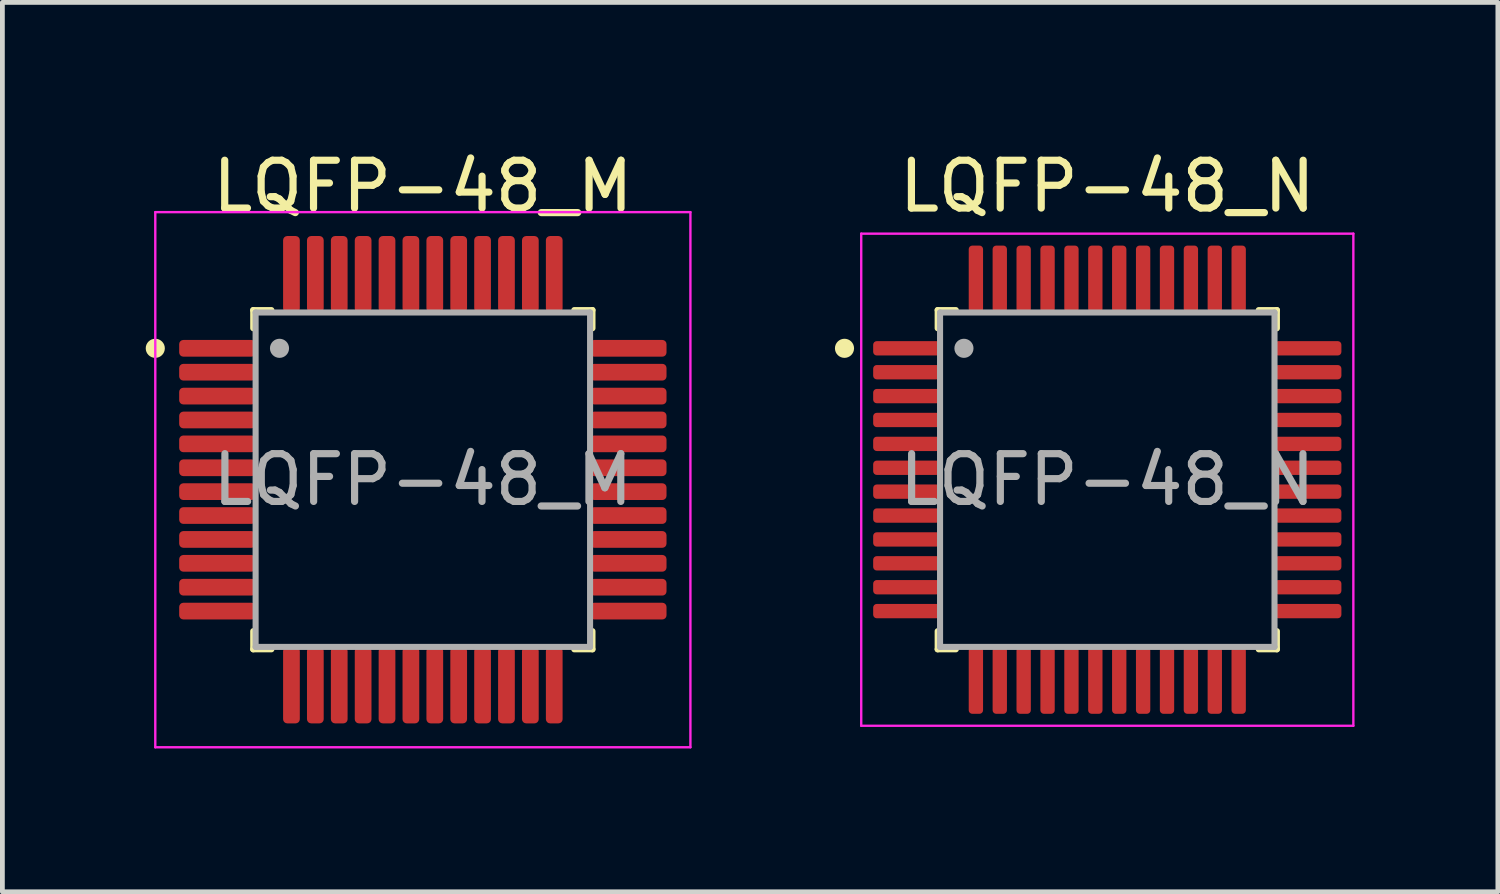
<source format=kicad_pcb>
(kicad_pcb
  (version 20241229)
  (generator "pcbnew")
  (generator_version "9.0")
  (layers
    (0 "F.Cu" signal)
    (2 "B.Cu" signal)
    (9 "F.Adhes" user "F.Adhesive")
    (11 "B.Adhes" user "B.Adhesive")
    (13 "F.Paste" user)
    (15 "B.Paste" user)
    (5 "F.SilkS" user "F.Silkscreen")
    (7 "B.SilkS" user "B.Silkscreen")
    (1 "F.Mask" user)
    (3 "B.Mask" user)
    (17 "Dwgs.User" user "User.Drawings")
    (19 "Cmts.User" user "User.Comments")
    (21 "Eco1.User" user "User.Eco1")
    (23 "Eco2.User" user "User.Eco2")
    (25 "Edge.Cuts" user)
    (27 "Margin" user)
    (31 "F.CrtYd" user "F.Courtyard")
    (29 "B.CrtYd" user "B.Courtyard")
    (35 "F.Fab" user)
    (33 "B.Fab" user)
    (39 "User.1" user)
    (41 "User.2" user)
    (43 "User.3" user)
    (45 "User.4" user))
  (footprint "LQFP-48_N"
    (layer "F.Cu")
    (at 20.125 6.99)
    (property "Reference" "LQFP-48_N" (at 0 -6.141 0) (layer "F.SilkS") (effects (font (size 1.001 1.001) (thickness 0.15))))
    (attr smd)
    (fp_line (start -3.55 -3.55) (end -3.17 -3.55) (stroke (width 0.127) (type solid)) (layer "F.SilkS"))
    (fp_line (start -3.55 -3.17) (end -3.55 -3.55) (stroke (width 0.127) (type solid)) (layer "F.SilkS"))
    (fp_line (start -3.55 3.17) (end -3.55 3.55) (stroke (width 0.127) (type solid)) (layer "F.SilkS"))
    (fp_line (start -3.55 3.55) (end -3.17 3.55) (stroke (width 0.127) (type solid)) (layer "F.SilkS"))
    (fp_line (start 3.17 -3.55) (end 3.55 -3.55) (stroke (width 0.127) (type solid)) (layer "F.SilkS"))
    (fp_line (start 3.17 3.55) (end 3.55 3.55) (stroke (width 0.127) (type solid)) (layer "F.SilkS"))
    (fp_line (start 3.55 -3.55) (end 3.55 -3.17) (stroke (width 0.127) (type solid)) (layer "F.SilkS"))
    (fp_line (start 3.55 3.55) (end 3.55 3.17) (stroke (width 0.127) (type solid)) (layer "F.SilkS"))
    (fp_circle (center -5.5 -2.75) (end -5.4 -2.75) (stroke (width 0.2) (type solid)) (fill no) (layer "F.SilkS"))
    (fp_line (start -5.15 -5.15) (end 5.15 -5.15) (stroke (width 0.05) (type solid)) (layer "F.CrtYd"))
    (fp_line (start -5.15 5.15) (end -5.15 -5.15) (stroke (width 0.05) (type solid)) (layer "F.CrtYd"))
    (fp_line (start 5.15 -5.15) (end 5.15 5.15) (stroke (width 0.05) (type solid)) (layer "F.CrtYd"))
    (fp_line (start 5.15 5.15) (end -5.15 5.15) (stroke (width 0.05) (type solid)) (layer "F.CrtYd"))
    (fp_line (start -3.5 -3.5) (end 3.5 -3.5) (stroke (width 0.127) (type solid)) (layer "F.Fab"))
    (fp_line (start -3.5 3.5) (end -3.5 -3.5) (stroke (width 0.127) (type solid)) (layer "F.Fab"))
    (fp_line (start 3.5 -3.5) (end 3.5 3.5) (stroke (width 0.127) (type solid)) (layer "F.Fab"))
    (fp_line (start 3.5 3.5) (end -3.5 3.5) (stroke (width 0.127) (type solid)) (layer "F.Fab"))
    (fp_circle (center -3 -2.75) (end -2.9 -2.75) (stroke (width 0.2) (type solid)) (fill no) (layer "F.Fab"))
    (fp_text user "${REFERENCE}" (at 0 0 0) (unlocked yes) (layer "F.Fab") (effects (font (size 1 1) (thickness 0.15))))
    (pad "1" smd roundrect (at -4.2 -2.75) (size 1.4 0.3) (layers "F.Cu" "F.Mask" "F.Paste") (roundrect_rratio 0.25))
    (pad "2" smd roundrect (at -4.2 -2.25) (size 1.4 0.3) (layers "F.Cu" "F.Mask" "F.Paste") (roundrect_rratio 0.25))
    (pad "3" smd roundrect (at -4.2 -1.75) (size 1.4 0.3) (layers "F.Cu" "F.Mask" "F.Paste") (roundrect_rratio 0.25))
    (pad "4" smd roundrect (at -4.2 -1.25) (size 1.4 0.3) (layers "F.Cu" "F.Mask" "F.Paste") (roundrect_rratio 0.25))
    (pad "5" smd roundrect (at -4.2 -0.75) (size 1.4 0.3) (layers "F.Cu" "F.Mask" "F.Paste") (roundrect_rratio 0.25))
    (pad "6" smd roundrect (at -4.2 -0.25) (size 1.4 0.3) (layers "F.Cu" "F.Mask" "F.Paste") (roundrect_rratio 0.25))
    (pad "7" smd roundrect (at -4.2 0.25) (size 1.4 0.3) (layers "F.Cu" "F.Mask" "F.Paste") (roundrect_rratio 0.25))
    (pad "8" smd roundrect (at -4.2 0.75) (size 1.4 0.3) (layers "F.Cu" "F.Mask" "F.Paste") (roundrect_rratio 0.25))
    (pad "9" smd roundrect (at -4.2 1.25) (size 1.4 0.3) (layers "F.Cu" "F.Mask" "F.Paste") (roundrect_rratio 0.25))
    (pad "10" smd roundrect (at -4.2 1.75) (size 1.4 0.3) (layers "F.Cu" "F.Mask" "F.Paste") (roundrect_rratio 0.25))
    (pad "11" smd roundrect (at -4.2 2.25) (size 1.4 0.3) (layers "F.Cu" "F.Mask" "F.Paste") (roundrect_rratio 0.25))
    (pad "12" smd roundrect (at -4.2 2.75) (size 1.4 0.3) (layers "F.Cu" "F.Mask" "F.Paste") (roundrect_rratio 0.25))
    (pad "13" smd roundrect (at -2.75 4.2) (size 0.3 1.4) (layers "F.Cu" "F.Mask" "F.Paste") (roundrect_rratio 0.25))
    (pad "14" smd roundrect (at -2.25 4.2) (size 0.3 1.4) (layers "F.Cu" "F.Mask" "F.Paste") (roundrect_rratio 0.25))
    (pad "15" smd roundrect (at -1.75 4.2) (size 0.3 1.4) (layers "F.Cu" "F.Mask" "F.Paste") (roundrect_rratio 0.25))
    (pad "16" smd roundrect (at -1.25 4.2) (size 0.3 1.4) (layers "F.Cu" "F.Mask" "F.Paste") (roundrect_rratio 0.25))
    (pad "17" smd roundrect (at -0.75 4.2) (size 0.3 1.4) (layers "F.Cu" "F.Mask" "F.Paste") (roundrect_rratio 0.25))
    (pad "18" smd roundrect (at -0.25 4.2) (size 0.3 1.4) (layers "F.Cu" "F.Mask" "F.Paste") (roundrect_rratio 0.25))
    (pad "19" smd roundrect (at 0.25 4.2) (size 0.3 1.4) (layers "F.Cu" "F.Mask" "F.Paste") (roundrect_rratio 0.25))
    (pad "20" smd roundrect (at 0.75 4.2) (size 0.3 1.4) (layers "F.Cu" "F.Mask" "F.Paste") (roundrect_rratio 0.25))
    (pad "21" smd roundrect (at 1.25 4.2) (size 0.3 1.4) (layers "F.Cu" "F.Mask" "F.Paste") (roundrect_rratio 0.25))
    (pad "22" smd roundrect (at 1.75 4.2) (size 0.3 1.4) (layers "F.Cu" "F.Mask" "F.Paste") (roundrect_rratio 0.25))
    (pad "23" smd roundrect (at 2.25 4.2) (size 0.3 1.4) (layers "F.Cu" "F.Mask" "F.Paste") (roundrect_rratio 0.25))
    (pad "24" smd roundrect (at 2.75 4.2) (size 0.3 1.4) (layers "F.Cu" "F.Mask" "F.Paste") (roundrect_rratio 0.25))
    (pad "25" smd roundrect (at 4.2 2.75) (size 1.4 0.3) (layers "F.Cu" "F.Mask" "F.Paste") (roundrect_rratio 0.25))
    (pad "26" smd roundrect (at 4.2 2.25) (size 1.4 0.3) (layers "F.Cu" "F.Mask" "F.Paste") (roundrect_rratio 0.25))
    (pad "27" smd roundrect (at 4.2 1.75) (size 1.4 0.3) (layers "F.Cu" "F.Mask" "F.Paste") (roundrect_rratio 0.25))
    (pad "28" smd roundrect (at 4.2 1.25) (size 1.4 0.3) (layers "F.Cu" "F.Mask" "F.Paste") (roundrect_rratio 0.25))
    (pad "29" smd roundrect (at 4.2 0.75) (size 1.4 0.3) (layers "F.Cu" "F.Mask" "F.Paste") (roundrect_rratio 0.25))
    (pad "30" smd roundrect (at 4.2 0.25) (size 1.4 0.3) (layers "F.Cu" "F.Mask" "F.Paste") (roundrect_rratio 0.25))
    (pad "31" smd roundrect (at 4.2 -0.25) (size 1.4 0.3) (layers "F.Cu" "F.Mask" "F.Paste") (roundrect_rratio 0.25))
    (pad "32" smd roundrect (at 4.2 -0.75) (size 1.4 0.3) (layers "F.Cu" "F.Mask" "F.Paste") (roundrect_rratio 0.25))
    (pad "33" smd roundrect (at 4.2 -1.25) (size 1.4 0.3) (layers "F.Cu" "F.Mask" "F.Paste") (roundrect_rratio 0.25))
    (pad "34" smd roundrect (at 4.2 -1.75) (size 1.4 0.3) (layers "F.Cu" "F.Mask" "F.Paste") (roundrect_rratio 0.25))
    (pad "35" smd roundrect (at 4.2 -2.25) (size 1.4 0.3) (layers "F.Cu" "F.Mask" "F.Paste") (roundrect_rratio 0.25))
    (pad "36" smd roundrect (at 4.2 -2.75) (size 1.4 0.3) (layers "F.Cu" "F.Mask" "F.Paste") (roundrect_rratio 0.25))
    (pad "37" smd roundrect (at 2.75 -4.2) (size 0.3 1.4) (layers "F.Cu" "F.Mask" "F.Paste") (roundrect_rratio 0.25))
    (pad "38" smd roundrect (at 2.25 -4.2) (size 0.3 1.4) (layers "F.Cu" "F.Mask" "F.Paste") (roundrect_rratio 0.25))
    (pad "39" smd roundrect (at 1.75 -4.2) (size 0.3 1.4) (layers "F.Cu" "F.Mask" "F.Paste") (roundrect_rratio 0.25))
    (pad "40" smd roundrect (at 1.25 -4.2) (size 0.3 1.4) (layers "F.Cu" "F.Mask" "F.Paste") (roundrect_rratio 0.25))
    (pad "41" smd roundrect (at 0.75 -4.2) (size 0.3 1.4) (layers "F.Cu" "F.Mask" "F.Paste") (roundrect_rratio 0.25))
    (pad "42" smd roundrect (at 0.25 -4.2) (size 0.3 1.4) (layers "F.Cu" "F.Mask" "F.Paste") (roundrect_rratio 0.25))
    (pad "43" smd roundrect (at -0.25 -4.2) (size 0.3 1.4) (layers "F.Cu" "F.Mask" "F.Paste") (roundrect_rratio 0.25))
    (pad "44" smd roundrect (at -0.75 -4.2) (size 0.3 1.4) (layers "F.Cu" "F.Mask" "F.Paste") (roundrect_rratio 0.25))
    (pad "45" smd roundrect (at -1.25 -4.2) (size 0.3 1.4) (layers "F.Cu" "F.Mask" "F.Paste") (roundrect_rratio 0.25))
    (pad "46" smd roundrect (at -1.75 -4.2) (size 0.3 1.4) (layers "F.Cu" "F.Mask" "F.Paste") (roundrect_rratio 0.25))
    (pad "47" smd roundrect (at -2.25 -4.2) (size 0.3 1.4) (layers "F.Cu" "F.Mask" "F.Paste") (roundrect_rratio 0.25))
    (pad "48" smd roundrect (at -2.75 -4.2) (size 0.3 1.4) (layers "F.Cu" "F.Mask" "F.Paste") (roundrect_rratio 0.25)))
  (footprint "LQFP-48_M"
    (layer "F.Cu")
    (at 5.8 6.99)
    (property "Reference" "LQFP-48_M" (at 0 -6.141 0) (layer "F.SilkS") (effects (font (size 1.001 1.001) (thickness 0.15))))
    (attr smd)
    (fp_line (start -3.55 -3.55) (end -3.17 -3.55) (stroke (width 0.127) (type solid)) (layer "F.SilkS"))
    (fp_line (start -3.55 -3.17) (end -3.55 -3.55) (stroke (width 0.127) (type solid)) (layer "F.SilkS"))
    (fp_line (start -3.55 3.17) (end -3.55 3.55) (stroke (width 0.127) (type solid)) (layer "F.SilkS"))
    (fp_line (start -3.55 3.55) (end -3.17 3.55) (stroke (width 0.127) (type solid)) (layer "F.SilkS"))
    (fp_line (start 3.17 -3.55) (end 3.55 -3.55) (stroke (width 0.127) (type solid)) (layer "F.SilkS"))
    (fp_line (start 3.17 3.55) (end 3.55 3.55) (stroke (width 0.127) (type solid)) (layer "F.SilkS"))
    (fp_line (start 3.55 -3.55) (end 3.55 -3.17) (stroke (width 0.127) (type solid)) (layer "F.SilkS"))
    (fp_line (start 3.55 3.55) (end 3.55 3.17) (stroke (width 0.127) (type solid)) (layer "F.SilkS"))
    (fp_circle (center -5.6 -2.75) (end -5.5 -2.75) (stroke (width 0.2) (type solid)) (fill no) (layer "F.SilkS"))
    (fp_line (start -5.6 -5.6) (end 5.6 -5.6) (stroke (width 0.05) (type solid)) (layer "F.CrtYd"))
    (fp_line (start -5.6 5.6) (end -5.6 -5.6) (stroke (width 0.05) (type solid)) (layer "F.CrtYd"))
    (fp_line (start 5.6 -5.6) (end 5.6 5.6) (stroke (width 0.05) (type solid)) (layer "F.CrtYd"))
    (fp_line (start 5.6 5.6) (end -5.6 5.6) (stroke (width 0.05) (type solid)) (layer "F.CrtYd"))
    (fp_line (start -3.5 -3.5) (end 3.5 -3.5) (stroke (width 0.127) (type solid)) (layer "F.Fab"))
    (fp_line (start -3.5 3.5) (end -3.5 -3.5) (stroke (width 0.127) (type solid)) (layer "F.Fab"))
    (fp_line (start 3.5 -3.5) (end 3.5 3.5) (stroke (width 0.127) (type solid)) (layer "F.Fab"))
    (fp_line (start 3.5 3.5) (end -3.5 3.5) (stroke (width 0.127) (type solid)) (layer "F.Fab"))
    (fp_circle (center -3 -2.75) (end -2.9 -2.75) (stroke (width 0.2) (type solid)) (fill no) (layer "F.Fab"))
    (fp_text user "${REFERENCE}" (at 0 0 0) (unlocked yes) (layer "F.Fab") (effects (font (size 1 1) (thickness 0.15))))
    (pad "1" smd roundrect (at -4.3 -2.75) (size 1.6 0.35) (layers "F.Cu" "F.Mask" "F.Paste") (roundrect_rratio 0.25))
    (pad "2" smd roundrect (at -4.3 -2.25) (size 1.6 0.35) (layers "F.Cu" "F.Mask" "F.Paste") (roundrect_rratio 0.25))
    (pad "3" smd roundrect (at -4.3 -1.75) (size 1.6 0.35) (layers "F.Cu" "F.Mask" "F.Paste") (roundrect_rratio 0.25))
    (pad "4" smd roundrect (at -4.3 -1.25) (size 1.6 0.35) (layers "F.Cu" "F.Mask" "F.Paste") (roundrect_rratio 0.25))
    (pad "5" smd roundrect (at -4.3 -0.75) (size 1.6 0.35) (layers "F.Cu" "F.Mask" "F.Paste") (roundrect_rratio 0.25))
    (pad "6" smd roundrect (at -4.3 -0.25) (size 1.6 0.35) (layers "F.Cu" "F.Mask" "F.Paste") (roundrect_rratio 0.25))
    (pad "7" smd roundrect (at -4.3 0.25) (size 1.6 0.35) (layers "F.Cu" "F.Mask" "F.Paste") (roundrect_rratio 0.25))
    (pad "8" smd roundrect (at -4.3 0.75) (size 1.6 0.35) (layers "F.Cu" "F.Mask" "F.Paste") (roundrect_rratio 0.25))
    (pad "9" smd roundrect (at -4.3 1.25) (size 1.6 0.35) (layers "F.Cu" "F.Mask" "F.Paste") (roundrect_rratio 0.25))
    (pad "10" smd roundrect (at -4.3 1.75) (size 1.6 0.35) (layers "F.Cu" "F.Mask" "F.Paste") (roundrect_rratio 0.25))
    (pad "11" smd roundrect (at -4.3 2.25) (size 1.6 0.35) (layers "F.Cu" "F.Mask" "F.Paste") (roundrect_rratio 0.25))
    (pad "12" smd roundrect (at -4.3 2.75) (size 1.6 0.35) (layers "F.Cu" "F.Mask" "F.Paste") (roundrect_rratio 0.25))
    (pad "13" smd roundrect (at -2.75 4.3) (size 0.35 1.6) (layers "F.Cu" "F.Mask" "F.Paste") (roundrect_rratio 0.25))
    (pad "14" smd roundrect (at -2.25 4.3) (size 0.35 1.6) (layers "F.Cu" "F.Mask" "F.Paste") (roundrect_rratio 0.25))
    (pad "15" smd roundrect (at -1.75 4.3) (size 0.35 1.6) (layers "F.Cu" "F.Mask" "F.Paste") (roundrect_rratio 0.25))
    (pad "16" smd roundrect (at -1.25 4.3) (size 0.35 1.6) (layers "F.Cu" "F.Mask" "F.Paste") (roundrect_rratio 0.25))
    (pad "17" smd roundrect (at -0.75 4.3) (size 0.35 1.6) (layers "F.Cu" "F.Mask" "F.Paste") (roundrect_rratio 0.25))
    (pad "18" smd roundrect (at -0.25 4.3) (size 0.35 1.6) (layers "F.Cu" "F.Mask" "F.Paste") (roundrect_rratio 0.25))
    (pad "19" smd roundrect (at 0.25 4.3) (size 0.35 1.6) (layers "F.Cu" "F.Mask" "F.Paste") (roundrect_rratio 0.25))
    (pad "20" smd roundrect (at 0.75 4.3) (size 0.35 1.6) (layers "F.Cu" "F.Mask" "F.Paste") (roundrect_rratio 0.25))
    (pad "21" smd roundrect (at 1.25 4.3) (size 0.35 1.6) (layers "F.Cu" "F.Mask" "F.Paste") (roundrect_rratio 0.25))
    (pad "22" smd roundrect (at 1.75 4.3) (size 0.35 1.6) (layers "F.Cu" "F.Mask" "F.Paste") (roundrect_rratio 0.25))
    (pad "23" smd roundrect (at 2.25 4.3) (size 0.35 1.6) (layers "F.Cu" "F.Mask" "F.Paste") (roundrect_rratio 0.25))
    (pad "24" smd roundrect (at 2.75 4.3) (size 0.35 1.6) (layers "F.Cu" "F.Mask" "F.Paste") (roundrect_rratio 0.25))
    (pad "25" smd roundrect (at 4.3 2.75) (size 1.6 0.35) (layers "F.Cu" "F.Mask" "F.Paste") (roundrect_rratio 0.25))
    (pad "26" smd roundrect (at 4.3 2.25) (size 1.6 0.35) (layers "F.Cu" "F.Mask" "F.Paste") (roundrect_rratio 0.25))
    (pad "27" smd roundrect (at 4.3 1.75) (size 1.6 0.35) (layers "F.Cu" "F.Mask" "F.Paste") (roundrect_rratio 0.25))
    (pad "28" smd roundrect (at 4.3 1.25) (size 1.6 0.35) (layers "F.Cu" "F.Mask" "F.Paste") (roundrect_rratio 0.25))
    (pad "29" smd roundrect (at 4.3 0.75) (size 1.6 0.35) (layers "F.Cu" "F.Mask" "F.Paste") (roundrect_rratio 0.25))
    (pad "30" smd roundrect (at 4.3 0.25) (size 1.6 0.35) (layers "F.Cu" "F.Mask" "F.Paste") (roundrect_rratio 0.25))
    (pad "31" smd roundrect (at 4.3 -0.25) (size 1.6 0.35) (layers "F.Cu" "F.Mask" "F.Paste") (roundrect_rratio 0.25))
    (pad "32" smd roundrect (at 4.3 -0.75) (size 1.6 0.35) (layers "F.Cu" "F.Mask" "F.Paste") (roundrect_rratio 0.25))
    (pad "33" smd roundrect (at 4.3 -1.25) (size 1.6 0.35) (layers "F.Cu" "F.Mask" "F.Paste") (roundrect_rratio 0.25))
    (pad "34" smd roundrect (at 4.3 -1.75) (size 1.6 0.35) (layers "F.Cu" "F.Mask" "F.Paste") (roundrect_rratio 0.25))
    (pad "35" smd roundrect (at 4.3 -2.25) (size 1.6 0.35) (layers "F.Cu" "F.Mask" "F.Paste") (roundrect_rratio 0.25))
    (pad "36" smd roundrect (at 4.3 -2.75) (size 1.6 0.35) (layers "F.Cu" "F.Mask" "F.Paste") (roundrect_rratio 0.25))
    (pad "37" smd roundrect (at 2.75 -4.3) (size 0.35 1.6) (layers "F.Cu" "F.Mask" "F.Paste") (roundrect_rratio 0.25))
    (pad "38" smd roundrect (at 2.25 -4.3) (size 0.35 1.6) (layers "F.Cu" "F.Mask" "F.Paste") (roundrect_rratio 0.25))
    (pad "39" smd roundrect (at 1.75 -4.3) (size 0.35 1.6) (layers "F.Cu" "F.Mask" "F.Paste") (roundrect_rratio 0.25))
    (pad "40" smd roundrect (at 1.25 -4.3) (size 0.35 1.6) (layers "F.Cu" "F.Mask" "F.Paste") (roundrect_rratio 0.25))
    (pad "41" smd roundrect (at 0.75 -4.3) (size 0.35 1.6) (layers "F.Cu" "F.Mask" "F.Paste") (roundrect_rratio 0.25))
    (pad "42" smd roundrect (at 0.25 -4.3) (size 0.35 1.6) (layers "F.Cu" "F.Mask" "F.Paste") (roundrect_rratio 0.25))
    (pad "43" smd roundrect (at -0.25 -4.3) (size 0.35 1.6) (layers "F.Cu" "F.Mask" "F.Paste") (roundrect_rratio 0.25))
    (pad "44" smd roundrect (at -0.75 -4.3) (size 0.35 1.6) (layers "F.Cu" "F.Mask" "F.Paste") (roundrect_rratio 0.25))
    (pad "45" smd roundrect (at -1.25 -4.3) (size 0.35 1.6) (layers "F.Cu" "F.Mask" "F.Paste") (roundrect_rratio 0.25))
    (pad "46" smd roundrect (at -1.75 -4.3) (size 0.35 1.6) (layers "F.Cu" "F.Mask" "F.Paste") (roundrect_rratio 0.25))
    (pad "47" smd roundrect (at -2.25 -4.3) (size 0.35 1.6) (layers "F.Cu" "F.Mask" "F.Paste") (roundrect_rratio 0.25))
    (pad "48" smd roundrect (at -2.75 -4.3) (size 0.35 1.6) (layers "F.Cu" "F.Mask" "F.Paste") (roundrect_rratio 0.25)))
  (gr_rect
    (start -3 -3)
    (end 28.3 15.615)
    (stroke (width 0.1) (type default))
    (fill no)
    (layer "Edge.Cuts")))
</source>
